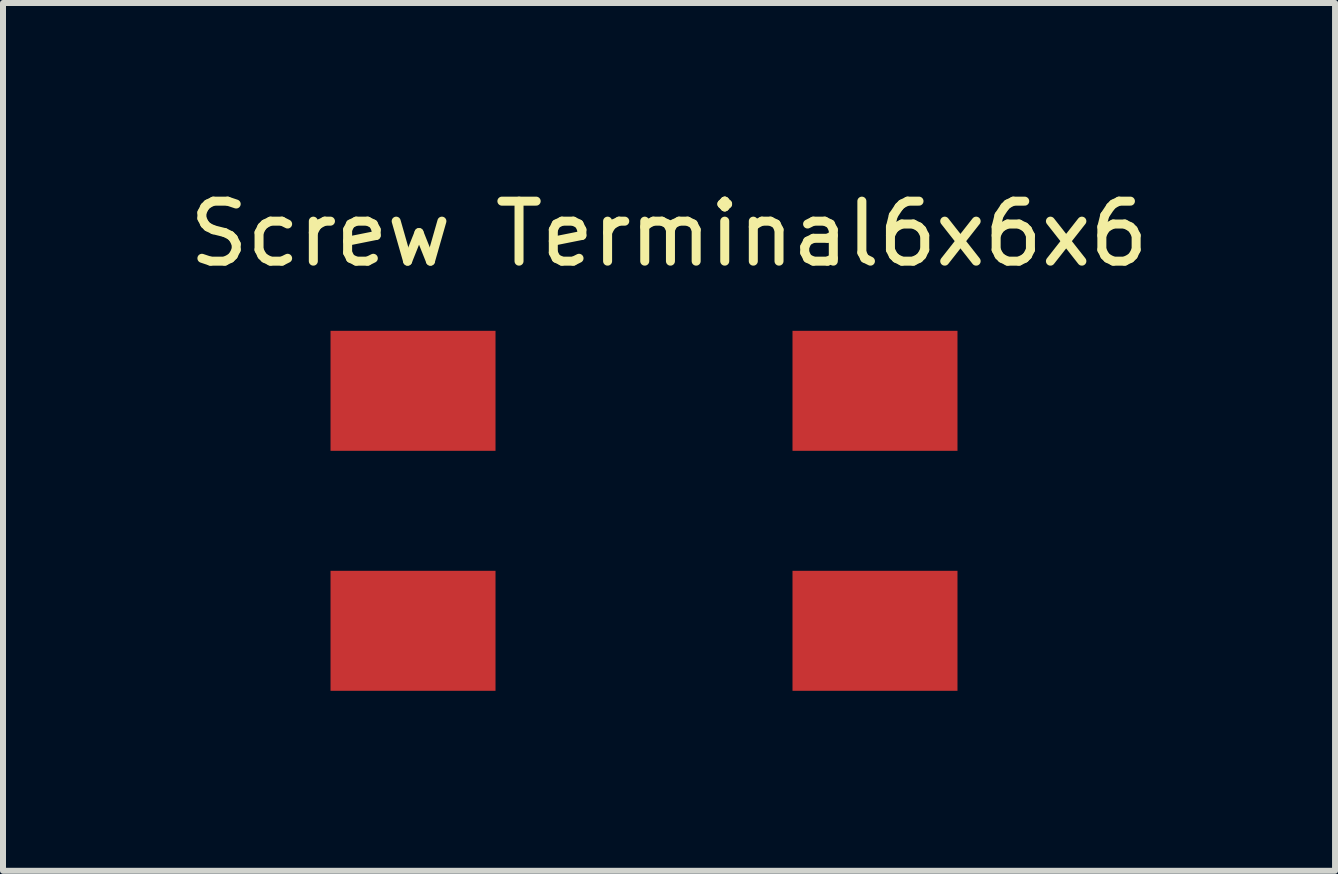
<source format=kicad_pcb>
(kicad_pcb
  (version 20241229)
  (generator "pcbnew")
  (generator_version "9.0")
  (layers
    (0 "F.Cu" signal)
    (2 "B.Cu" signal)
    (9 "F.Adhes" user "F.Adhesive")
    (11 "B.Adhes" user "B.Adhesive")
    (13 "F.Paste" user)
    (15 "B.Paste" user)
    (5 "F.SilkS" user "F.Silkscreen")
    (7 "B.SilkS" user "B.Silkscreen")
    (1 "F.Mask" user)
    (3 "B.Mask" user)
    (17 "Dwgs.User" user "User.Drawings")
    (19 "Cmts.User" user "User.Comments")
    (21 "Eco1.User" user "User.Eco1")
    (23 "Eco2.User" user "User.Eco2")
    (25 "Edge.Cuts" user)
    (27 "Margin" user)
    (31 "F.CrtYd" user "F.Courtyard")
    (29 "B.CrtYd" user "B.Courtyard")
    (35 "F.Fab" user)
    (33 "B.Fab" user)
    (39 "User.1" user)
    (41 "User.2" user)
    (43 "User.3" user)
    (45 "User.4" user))
  (footprint "Screw Terminal6x6x6"
    (layer "F.Cu")
    (at 7.593 5.293)
    (property "Reference" "Screw Terminal6x6x6" (at 0.508 -4.445 0) (layer "F.SilkS") (effects (font (size 1 1) (thickness 0.15))))
    (attr through_hole)
    (pad "1" smd rect (at -3.759 -1.829) (size 2.75 2) (layers "F.Cu" "F.Mask" "F.Paste"))
    (pad "2" smd rect (at 3.941 -1.829) (size 2.75 2) (layers "F.Cu" "F.Mask" "F.Paste"))
    (pad "3" smd rect (at -3.759 2.171) (size 2.75 2) (layers "F.Cu" "F.Mask" "F.Paste"))
    (pad "4" smd rect (at 3.941 2.171) (size 2.75 2) (layers "F.Cu" "F.Mask" "F.Paste")))
  (gr_rect
    (start -3 -3)
    (end 19.202 11.464)
    (stroke (width 0.1) (type default))
    (fill no)
    (layer "Edge.Cuts")))
</source>
